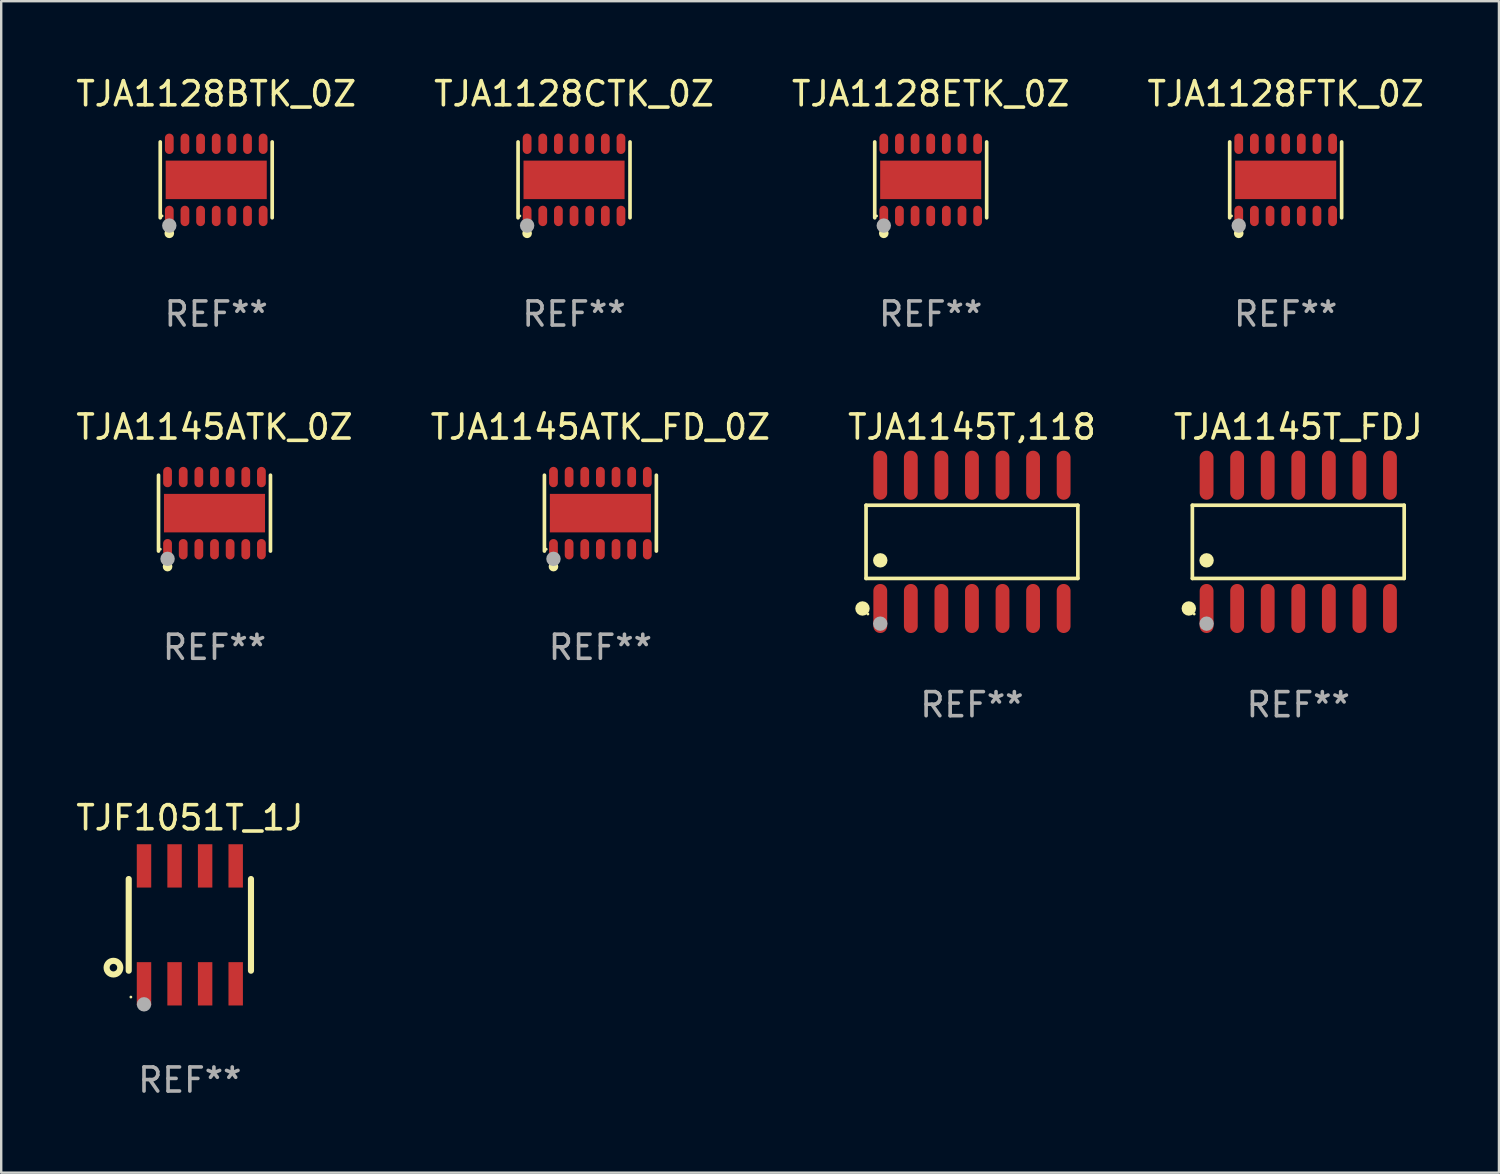
<source format=kicad_pcb>
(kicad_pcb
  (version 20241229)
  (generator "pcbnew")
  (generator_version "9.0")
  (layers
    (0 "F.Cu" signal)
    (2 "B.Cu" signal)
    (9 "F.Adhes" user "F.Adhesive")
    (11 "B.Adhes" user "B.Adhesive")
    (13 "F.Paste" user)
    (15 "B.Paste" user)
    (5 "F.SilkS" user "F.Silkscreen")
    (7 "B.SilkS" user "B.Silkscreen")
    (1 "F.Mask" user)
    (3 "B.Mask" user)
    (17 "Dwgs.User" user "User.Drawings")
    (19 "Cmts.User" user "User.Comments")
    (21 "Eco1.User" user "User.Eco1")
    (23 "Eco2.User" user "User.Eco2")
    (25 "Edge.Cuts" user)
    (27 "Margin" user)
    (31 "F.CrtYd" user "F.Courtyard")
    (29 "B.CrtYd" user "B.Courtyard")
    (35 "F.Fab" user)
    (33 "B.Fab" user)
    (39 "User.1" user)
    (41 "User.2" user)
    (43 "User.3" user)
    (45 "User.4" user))
  (footprint "TJA1145ATK_FD_0Z"
    (layer "F.Cu")
    (at 21.899 18.273)
    (property "Reference" "TJA1145ATK_FD_0Z" (at 0 -3.576 0) (layer "F.SilkS") (effects (font (size 1 1) (thickness 0.15))))
    (attr through_hole)
    (fp_line (start -2.326 1.576) (end -2.326 -1.576) (stroke (width 0.152) (type solid)) (layer "F.SilkS"))
    (fp_line (start 2.326 -1.576) (end 2.326 1.576) (stroke (width 0.152) (type solid)) (layer "F.SilkS"))
    (fp_circle (center -2.25 1.5) (end -2.22 1.5) (stroke (width 0.06) (type solid)) (fill no) (layer "F.SilkS"))
    (fp_circle (center -1.95 2.222) (end -1.85 2.222) (stroke (width 0.2) (type solid)) (fill no) (layer "F.SilkS"))
    (fp_circle (center -1.95 1.9) (end -1.8 1.9) (stroke (width 0.3) (type solid)) (fill no) (layer "F.Fab"))
    (fp_text user "REF**" (at 0 5.576 0) (layer "F.Fab") (effects (font (size 1 1) (thickness 0.15))))
    (pad "1" smd oval (at -1.95 1.499) (size 0.364 0.847) (layers "F.Cu" "F.Mask" "F.Paste"))
    (pad "2" smd oval (at -1.3 1.499) (size 0.364 0.847) (layers "F.Cu" "F.Mask" "F.Paste"))
    (pad "3" smd oval (at -0.65 1.499) (size 0.364 0.847) (layers "F.Cu" "F.Mask" "F.Paste"))
    (pad "4" smd oval (at 0 1.499) (size 0.364 0.847) (layers "F.Cu" "F.Mask" "F.Paste"))
    (pad "5" smd oval (at 0.65 1.499) (size 0.364 0.847) (layers "F.Cu" "F.Mask" "F.Paste"))
    (pad "6" smd oval (at 1.3 1.499) (size 0.364 0.847) (layers "F.Cu" "F.Mask" "F.Paste"))
    (pad "7" smd oval (at 1.95 1.499) (size 0.364 0.847) (layers "F.Cu" "F.Mask" "F.Paste"))
    (pad "8" smd oval (at 1.95 -1.499) (size 0.364 0.847) (layers "F.Cu" "F.Mask" "F.Paste"))
    (pad "9" smd oval (at 1.3 -1.499) (size 0.364 0.847) (layers "F.Cu" "F.Mask" "F.Paste"))
    (pad "10" smd oval (at 0.65 -1.499) (size 0.364 0.847) (layers "F.Cu" "F.Mask" "F.Paste"))
    (pad "11" smd oval (at 0 -1.499) (size 0.364 0.847) (layers "F.Cu" "F.Mask" "F.Paste"))
    (pad "12" smd oval (at -0.65 -1.499) (size 0.364 0.847) (layers "F.Cu" "F.Mask" "F.Paste"))
    (pad "13" smd oval (at -1.3 -1.499) (size 0.364 0.847) (layers "F.Cu" "F.Mask" "F.Paste"))
    (pad "14" smd oval (at -1.95 -1.499) (size 0.364 0.847) (layers "F.Cu" "F.Mask" "F.Paste"))
    (pad "15" smd rect (at 0 0) (size 4.2 1.6) (layers "F.Cu" "F.Mask" "F.Paste")))
  (footprint "TJA1128ETK_0Z"
    (layer "F.Cu")
    (at 35.625 4.424)
    (property "Reference" "TJA1128ETK_0Z" (at 0 -3.576 0) (layer "F.SilkS") (effects (font (size 1 1) (thickness 0.15))))
    (attr through_hole)
    (fp_line (start -2.326 1.576) (end -2.326 -1.576) (stroke (width 0.152) (type solid)) (layer "F.SilkS"))
    (fp_line (start 2.326 -1.576) (end 2.326 1.576) (stroke (width 0.152) (type solid)) (layer "F.SilkS"))
    (fp_circle (center -2.25 1.5) (end -2.22 1.5) (stroke (width 0.06) (type solid)) (fill no) (layer "F.SilkS"))
    (fp_circle (center -1.95 2.222) (end -1.85 2.222) (stroke (width 0.2) (type solid)) (fill no) (layer "F.SilkS"))
    (fp_circle (center -1.95 1.9) (end -1.8 1.9) (stroke (width 0.3) (type solid)) (fill no) (layer "F.Fab"))
    (fp_text user "REF**" (at 0 5.576 0) (layer "F.Fab") (effects (font (size 1 1) (thickness 0.15))))
    (pad "1" smd oval (at -1.95 1.499) (size 0.364 0.847) (layers "F.Cu" "F.Mask" "F.Paste"))
    (pad "2" smd oval (at -1.3 1.499) (size 0.364 0.847) (layers "F.Cu" "F.Mask" "F.Paste"))
    (pad "3" smd oval (at -0.65 1.499) (size 0.364 0.847) (layers "F.Cu" "F.Mask" "F.Paste"))
    (pad "4" smd oval (at 0 1.499) (size 0.364 0.847) (layers "F.Cu" "F.Mask" "F.Paste"))
    (pad "5" smd oval (at 0.65 1.499) (size 0.364 0.847) (layers "F.Cu" "F.Mask" "F.Paste"))
    (pad "6" smd oval (at 1.3 1.499) (size 0.364 0.847) (layers "F.Cu" "F.Mask" "F.Paste"))
    (pad "7" smd oval (at 1.95 1.499) (size 0.364 0.847) (layers "F.Cu" "F.Mask" "F.Paste"))
    (pad "8" smd oval (at 1.95 -1.499) (size 0.364 0.847) (layers "F.Cu" "F.Mask" "F.Paste"))
    (pad "9" smd oval (at 1.3 -1.499) (size 0.364 0.847) (layers "F.Cu" "F.Mask" "F.Paste"))
    (pad "10" smd oval (at 0.65 -1.499) (size 0.364 0.847) (layers "F.Cu" "F.Mask" "F.Paste"))
    (pad "11" smd oval (at 0 -1.499) (size 0.364 0.847) (layers "F.Cu" "F.Mask" "F.Paste"))
    (pad "12" smd oval (at -0.65 -1.499) (size 0.364 0.847) (layers "F.Cu" "F.Mask" "F.Paste"))
    (pad "13" smd oval (at -1.3 -1.499) (size 0.364 0.847) (layers "F.Cu" "F.Mask" "F.Paste"))
    (pad "14" smd oval (at -1.95 -1.499) (size 0.364 0.847) (layers "F.Cu" "F.Mask" "F.Paste"))
    (pad "15" smd rect (at 0 0) (size 4.2 1.6) (layers "F.Cu" "F.Mask" "F.Paste")))
  (footprint "TJA1145T_FDJ"
    (layer "F.Cu")
    (at 50.899 19.466)
    (property "Reference" "TJA1145T_FDJ" (at 0 -4.769 0) (layer "F.SilkS") (effects (font (size 1 1) (thickness 0.15))))
    (attr through_hole)
    (fp_line (start -4.401 -1.521) (end 4.401 -1.521) (stroke (width 0.152) (type solid)) (layer "F.SilkS"))
    (fp_line (start -4.401 1.521) (end -4.401 -1.521) (stroke (width 0.152) (type solid)) (layer "F.SilkS"))
    (fp_line (start 4.401 -1.521) (end 4.401 1.521) (stroke (width 0.152) (type solid)) (layer "F.SilkS"))
    (fp_line (start 4.401 1.521) (end -4.401 1.521) (stroke (width 0.152) (type solid)) (layer "F.SilkS"))
    (fp_circle (center -4.549 2.769) (end -4.399 2.769) (stroke (width 0.3) (type solid)) (fill no) (layer "F.SilkS"))
    (fp_circle (center -4.325 3) (end -4.295 3) (stroke (width 0.06) (type solid)) (fill no) (layer "F.SilkS"))
    (fp_circle (center -3.81 0.769) (end -3.66 0.769) (stroke (width 0.3) (type solid)) (fill no) (layer "F.SilkS"))
    (fp_circle (center -3.81 3.4) (end -3.66 3.4) (stroke (width 0.3) (type solid)) (fill no) (layer "F.Fab"))
    (fp_text user "REF**" (at 0 6.769 0) (layer "F.Fab") (effects (font (size 1 1) (thickness 0.15))))
    (pad "1" smd oval (at -3.81 2.769) (size 0.574 2.038) (layers "F.Cu" "F.Mask" "F.Paste"))
    (pad "2" smd oval (at -2.54 2.769) (size 0.574 2.038) (layers "F.Cu" "F.Mask" "F.Paste"))
    (pad "3" smd oval (at -1.27 2.769) (size 0.574 2.038) (layers "F.Cu" "F.Mask" "F.Paste"))
    (pad "4" smd oval (at 0 2.769) (size 0.574 2.038) (layers "F.Cu" "F.Mask" "F.Paste"))
    (pad "5" smd oval (at 1.27 2.769) (size 0.574 2.038) (layers "F.Cu" "F.Mask" "F.Paste"))
    (pad "6" smd oval (at 2.54 2.769) (size 0.574 2.038) (layers "F.Cu" "F.Mask" "F.Paste"))
    (pad "7" smd oval (at 3.81 2.769) (size 0.574 2.038) (layers "F.Cu" "F.Mask" "F.Paste"))
    (pad "8" smd oval (at 3.81 -2.769) (size 0.574 2.038) (layers "F.Cu" "F.Mask" "F.Paste"))
    (pad "9" smd oval (at 2.54 -2.769) (size 0.574 2.038) (layers "F.Cu" "F.Mask" "F.Paste"))
    (pad "10" smd oval (at 1.27 -2.769) (size 0.574 2.038) (layers "F.Cu" "F.Mask" "F.Paste"))
    (pad "11" smd oval (at 0 -2.769) (size 0.574 2.038) (layers "F.Cu" "F.Mask" "F.Paste"))
    (pad "12" smd oval (at -1.27 -2.769) (size 0.574 2.038) (layers "F.Cu" "F.Mask" "F.Paste"))
    (pad "13" smd oval (at -2.54 -2.769) (size 0.574 2.038) (layers "F.Cu" "F.Mask" "F.Paste"))
    (pad "14" smd oval (at -3.81 -2.769) (size 0.574 2.038) (layers "F.Cu" "F.Mask" "F.Paste")))
  (footprint "TJA1128FTK_0Z"
    (layer "F.Cu")
    (at 50.375 4.424)
    (property "Reference" "TJA1128FTK_0Z" (at 0 -3.576 0) (layer "F.SilkS") (effects (font (size 1 1) (thickness 0.15))))
    (attr through_hole)
    (fp_line (start -2.326 1.576) (end -2.326 -1.576) (stroke (width 0.152) (type solid)) (layer "F.SilkS"))
    (fp_line (start 2.326 -1.576) (end 2.326 1.576) (stroke (width 0.152) (type solid)) (layer "F.SilkS"))
    (fp_circle (center -2.25 1.5) (end -2.22 1.5) (stroke (width 0.06) (type solid)) (fill no) (layer "F.SilkS"))
    (fp_circle (center -1.95 2.222) (end -1.85 2.222) (stroke (width 0.2) (type solid)) (fill no) (layer "F.SilkS"))
    (fp_circle (center -1.95 1.9) (end -1.8 1.9) (stroke (width 0.3) (type solid)) (fill no) (layer "F.Fab"))
    (fp_text user "REF**" (at 0 5.576 0) (layer "F.Fab") (effects (font (size 1 1) (thickness 0.15))))
    (pad "1" smd oval (at -1.95 1.499) (size 0.364 0.847) (layers "F.Cu" "F.Mask" "F.Paste"))
    (pad "2" smd oval (at -1.3 1.499) (size 0.364 0.847) (layers "F.Cu" "F.Mask" "F.Paste"))
    (pad "3" smd oval (at -0.65 1.499) (size 0.364 0.847) (layers "F.Cu" "F.Mask" "F.Paste"))
    (pad "4" smd oval (at 0 1.499) (size 0.364 0.847) (layers "F.Cu" "F.Mask" "F.Paste"))
    (pad "5" smd oval (at 0.65 1.499) (size 0.364 0.847) (layers "F.Cu" "F.Mask" "F.Paste"))
    (pad "6" smd oval (at 1.3 1.499) (size 0.364 0.847) (layers "F.Cu" "F.Mask" "F.Paste"))
    (pad "7" smd oval (at 1.95 1.499) (size 0.364 0.847) (layers "F.Cu" "F.Mask" "F.Paste"))
    (pad "8" smd oval (at 1.95 -1.499) (size 0.364 0.847) (layers "F.Cu" "F.Mask" "F.Paste"))
    (pad "9" smd oval (at 1.3 -1.499) (size 0.364 0.847) (layers "F.Cu" "F.Mask" "F.Paste"))
    (pad "10" smd oval (at 0.65 -1.499) (size 0.364 0.847) (layers "F.Cu" "F.Mask" "F.Paste"))
    (pad "11" smd oval (at 0 -1.499) (size 0.364 0.847) (layers "F.Cu" "F.Mask" "F.Paste"))
    (pad "12" smd oval (at -0.65 -1.499) (size 0.364 0.847) (layers "F.Cu" "F.Mask" "F.Paste"))
    (pad "13" smd oval (at -1.3 -1.499) (size 0.364 0.847) (layers "F.Cu" "F.Mask" "F.Paste"))
    (pad "14" smd oval (at -1.95 -1.499) (size 0.364 0.847) (layers "F.Cu" "F.Mask" "F.Paste"))
    (pad "15" smd rect (at 0 0) (size 4.2 1.6) (layers "F.Cu" "F.Mask" "F.Paste")))
  (footprint "TJA1128BTK_0Z"
    (layer "F.Cu")
    (at 5.935 4.424)
    (property "Reference" "TJA1128BTK_0Z" (at 0 -3.576 0) (layer "F.SilkS") (effects (font (size 1 1) (thickness 0.15))))
    (attr through_hole)
    (fp_line (start -2.326 1.576) (end -2.326 -1.576) (stroke (width 0.152) (type solid)) (layer "F.SilkS"))
    (fp_line (start 2.326 -1.576) (end 2.326 1.576) (stroke (width 0.152) (type solid)) (layer "F.SilkS"))
    (fp_circle (center -2.25 1.5) (end -2.22 1.5) (stroke (width 0.06) (type solid)) (fill no) (layer "F.SilkS"))
    (fp_circle (center -1.95 2.222) (end -1.85 2.222) (stroke (width 0.2) (type solid)) (fill no) (layer "F.SilkS"))
    (fp_circle (center -1.95 1.9) (end -1.8 1.9) (stroke (width 0.3) (type solid)) (fill no) (layer "F.Fab"))
    (fp_text user "REF**" (at 0 5.576 0) (layer "F.Fab") (effects (font (size 1 1) (thickness 0.15))))
    (pad "1" smd oval (at -1.95 1.499) (size 0.364 0.847) (layers "F.Cu" "F.Mask" "F.Paste"))
    (pad "2" smd oval (at -1.3 1.499) (size 0.364 0.847) (layers "F.Cu" "F.Mask" "F.Paste"))
    (pad "3" smd oval (at -0.65 1.499) (size 0.364 0.847) (layers "F.Cu" "F.Mask" "F.Paste"))
    (pad "4" smd oval (at 0 1.499) (size 0.364 0.847) (layers "F.Cu" "F.Mask" "F.Paste"))
    (pad "5" smd oval (at 0.65 1.499) (size 0.364 0.847) (layers "F.Cu" "F.Mask" "F.Paste"))
    (pad "6" smd oval (at 1.3 1.499) (size 0.364 0.847) (layers "F.Cu" "F.Mask" "F.Paste"))
    (pad "7" smd oval (at 1.95 1.499) (size 0.364 0.847) (layers "F.Cu" "F.Mask" "F.Paste"))
    (pad "8" smd oval (at 1.95 -1.499) (size 0.364 0.847) (layers "F.Cu" "F.Mask" "F.Paste"))
    (pad "9" smd oval (at 1.3 -1.499) (size 0.364 0.847) (layers "F.Cu" "F.Mask" "F.Paste"))
    (pad "10" smd oval (at 0.65 -1.499) (size 0.364 0.847) (layers "F.Cu" "F.Mask" "F.Paste"))
    (pad "11" smd oval (at 0 -1.499) (size 0.364 0.847) (layers "F.Cu" "F.Mask" "F.Paste"))
    (pad "12" smd oval (at -0.65 -1.499) (size 0.364 0.847) (layers "F.Cu" "F.Mask" "F.Paste"))
    (pad "13" smd oval (at -1.3 -1.499) (size 0.364 0.847) (layers "F.Cu" "F.Mask" "F.Paste"))
    (pad "14" smd oval (at -1.95 -1.499) (size 0.364 0.847) (layers "F.Cu" "F.Mask" "F.Paste"))
    (pad "15" smd rect (at 0 0) (size 4.2 1.6) (layers "F.Cu" "F.Mask" "F.Paste")))
  (footprint "TJA1128CTK_0Z"
    (layer "F.Cu")
    (at 20.804 4.424)
    (property "Reference" "TJA1128CTK_0Z" (at 0 -3.576 0) (layer "F.SilkS") (effects (font (size 1 1) (thickness 0.15))))
    (attr through_hole)
    (fp_line (start -2.326 1.576) (end -2.326 -1.576) (stroke (width 0.152) (type solid)) (layer "F.SilkS"))
    (fp_line (start 2.326 -1.576) (end 2.326 1.576) (stroke (width 0.152) (type solid)) (layer "F.SilkS"))
    (fp_circle (center -2.25 1.5) (end -2.22 1.5) (stroke (width 0.06) (type solid)) (fill no) (layer "F.SilkS"))
    (fp_circle (center -1.95 2.222) (end -1.85 2.222) (stroke (width 0.2) (type solid)) (fill no) (layer "F.SilkS"))
    (fp_circle (center -1.95 1.9) (end -1.8 1.9) (stroke (width 0.3) (type solid)) (fill no) (layer "F.Fab"))
    (fp_text user "REF**" (at 0 5.576 0) (layer "F.Fab") (effects (font (size 1 1) (thickness 0.15))))
    (pad "1" smd oval (at -1.95 1.499) (size 0.364 0.847) (layers "F.Cu" "F.Mask" "F.Paste"))
    (pad "2" smd oval (at -1.3 1.499) (size 0.364 0.847) (layers "F.Cu" "F.Mask" "F.Paste"))
    (pad "3" smd oval (at -0.65 1.499) (size 0.364 0.847) (layers "F.Cu" "F.Mask" "F.Paste"))
    (pad "4" smd oval (at 0 1.499) (size 0.364 0.847) (layers "F.Cu" "F.Mask" "F.Paste"))
    (pad "5" smd oval (at 0.65 1.499) (size 0.364 0.847) (layers "F.Cu" "F.Mask" "F.Paste"))
    (pad "6" smd oval (at 1.3 1.499) (size 0.364 0.847) (layers "F.Cu" "F.Mask" "F.Paste"))
    (pad "7" smd oval (at 1.95 1.499) (size 0.364 0.847) (layers "F.Cu" "F.Mask" "F.Paste"))
    (pad "8" smd oval (at 1.95 -1.499) (size 0.364 0.847) (layers "F.Cu" "F.Mask" "F.Paste"))
    (pad "9" smd oval (at 1.3 -1.499) (size 0.364 0.847) (layers "F.Cu" "F.Mask" "F.Paste"))
    (pad "10" smd oval (at 0.65 -1.499) (size 0.364 0.847) (layers "F.Cu" "F.Mask" "F.Paste"))
    (pad "11" smd oval (at 0 -1.499) (size 0.364 0.847) (layers "F.Cu" "F.Mask" "F.Paste"))
    (pad "12" smd oval (at -0.65 -1.499) (size 0.364 0.847) (layers "F.Cu" "F.Mask" "F.Paste"))
    (pad "13" smd oval (at -1.3 -1.499) (size 0.364 0.847) (layers "F.Cu" "F.Mask" "F.Paste"))
    (pad "14" smd oval (at -1.95 -1.499) (size 0.364 0.847) (layers "F.Cu" "F.Mask" "F.Paste"))
    (pad "15" smd rect (at 0 0) (size 4.2 1.6) (layers "F.Cu" "F.Mask" "F.Paste")))
  (footprint "TJA1145ATK_0Z"
    (layer "F.Cu")
    (at 5.863 18.273)
    (property "Reference" "TJA1145ATK_0Z" (at 0 -3.576 0) (layer "F.SilkS") (effects (font (size 1 1) (thickness 0.15))))
    (attr through_hole)
    (fp_line (start -2.326 1.576) (end -2.326 -1.576) (stroke (width 0.152) (type solid)) (layer "F.SilkS"))
    (fp_line (start 2.326 -1.576) (end 2.326 1.576) (stroke (width 0.152) (type solid)) (layer "F.SilkS"))
    (fp_circle (center -2.25 1.5) (end -2.22 1.5) (stroke (width 0.06) (type solid)) (fill no) (layer "F.SilkS"))
    (fp_circle (center -1.95 2.222) (end -1.85 2.222) (stroke (width 0.2) (type solid)) (fill no) (layer "F.SilkS"))
    (fp_circle (center -1.95 1.9) (end -1.8 1.9) (stroke (width 0.3) (type solid)) (fill no) (layer "F.Fab"))
    (fp_text user "REF**" (at 0 5.576 0) (layer "F.Fab") (effects (font (size 1 1) (thickness 0.15))))
    (pad "1" smd oval (at -1.95 1.499) (size 0.364 0.847) (layers "F.Cu" "F.Mask" "F.Paste"))
    (pad "2" smd oval (at -1.3 1.499) (size 0.364 0.847) (layers "F.Cu" "F.Mask" "F.Paste"))
    (pad "3" smd oval (at -0.65 1.499) (size 0.364 0.847) (layers "F.Cu" "F.Mask" "F.Paste"))
    (pad "4" smd oval (at 0 1.499) (size 0.364 0.847) (layers "F.Cu" "F.Mask" "F.Paste"))
    (pad "5" smd oval (at 0.65 1.499) (size 0.364 0.847) (layers "F.Cu" "F.Mask" "F.Paste"))
    (pad "6" smd oval (at 1.3 1.499) (size 0.364 0.847) (layers "F.Cu" "F.Mask" "F.Paste"))
    (pad "7" smd oval (at 1.95 1.499) (size 0.364 0.847) (layers "F.Cu" "F.Mask" "F.Paste"))
    (pad "8" smd oval (at 1.95 -1.499) (size 0.364 0.847) (layers "F.Cu" "F.Mask" "F.Paste"))
    (pad "9" smd oval (at 1.3 -1.499) (size 0.364 0.847) (layers "F.Cu" "F.Mask" "F.Paste"))
    (pad "10" smd oval (at 0.65 -1.499) (size 0.364 0.847) (layers "F.Cu" "F.Mask" "F.Paste"))
    (pad "11" smd oval (at 0 -1.499) (size 0.364 0.847) (layers "F.Cu" "F.Mask" "F.Paste"))
    (pad "12" smd oval (at -0.65 -1.499) (size 0.364 0.847) (layers "F.Cu" "F.Mask" "F.Paste"))
    (pad "13" smd oval (at -1.3 -1.499) (size 0.364 0.847) (layers "F.Cu" "F.Mask" "F.Paste"))
    (pad "14" smd oval (at -1.95 -1.499) (size 0.364 0.847) (layers "F.Cu" "F.Mask" "F.Paste"))
    (pad "15" smd rect (at 0 0) (size 4.2 1.6) (layers "F.Cu" "F.Mask" "F.Paste")))
  (footprint "TJA1145T,118"
    (layer "F.Cu")
    (at 37.339 19.466)
    (property "Reference" "TJA1145T,118" (at 0 -4.769 0) (layer "F.SilkS") (effects (font (size 1 1) (thickness 0.15))))
    (attr through_hole)
    (fp_line (start -4.401 -1.521) (end 4.401 -1.521) (stroke (width 0.152) (type solid)) (layer "F.SilkS"))
    (fp_line (start -4.401 1.521) (end -4.401 -1.521) (stroke (width 0.152) (type solid)) (layer "F.SilkS"))
    (fp_line (start 4.401 -1.521) (end 4.401 1.521) (stroke (width 0.152) (type solid)) (layer "F.SilkS"))
    (fp_line (start 4.401 1.521) (end -4.401 1.521) (stroke (width 0.152) (type solid)) (layer "F.SilkS"))
    (fp_circle (center -4.549 2.769) (end -4.399 2.769) (stroke (width 0.3) (type solid)) (fill no) (layer "F.SilkS"))
    (fp_circle (center -4.325 3) (end -4.295 3) (stroke (width 0.06) (type solid)) (fill no) (layer "F.SilkS"))
    (fp_circle (center -3.81 0.769) (end -3.66 0.769) (stroke (width 0.3) (type solid)) (fill no) (layer "F.SilkS"))
    (fp_circle (center -3.81 3.4) (end -3.66 3.4) (stroke (width 0.3) (type solid)) (fill no) (layer "F.Fab"))
    (fp_text user "REF**" (at 0 6.769 0) (layer "F.Fab") (effects (font (size 1 1) (thickness 0.15))))
    (pad "1" smd oval (at -3.81 2.769) (size 0.574 2.038) (layers "F.Cu" "F.Mask" "F.Paste"))
    (pad "2" smd oval (at -2.54 2.769) (size 0.574 2.038) (layers "F.Cu" "F.Mask" "F.Paste"))
    (pad "3" smd oval (at -1.27 2.769) (size 0.574 2.038) (layers "F.Cu" "F.Mask" "F.Paste"))
    (pad "4" smd oval (at 0 2.769) (size 0.574 2.038) (layers "F.Cu" "F.Mask" "F.Paste"))
    (pad "5" smd oval (at 1.27 2.769) (size 0.574 2.038) (layers "F.Cu" "F.Mask" "F.Paste"))
    (pad "6" smd oval (at 2.54 2.769) (size 0.574 2.038) (layers "F.Cu" "F.Mask" "F.Paste"))
    (pad "7" smd oval (at 3.81 2.769) (size 0.574 2.038) (layers "F.Cu" "F.Mask" "F.Paste"))
    (pad "8" smd oval (at 3.81 -2.769) (size 0.574 2.038) (layers "F.Cu" "F.Mask" "F.Paste"))
    (pad "9" smd oval (at 2.54 -2.769) (size 0.574 2.038) (layers "F.Cu" "F.Mask" "F.Paste"))
    (pad "10" smd oval (at 1.27 -2.769) (size 0.574 2.038) (layers "F.Cu" "F.Mask" "F.Paste"))
    (pad "11" smd oval (at 0 -2.769) (size 0.574 2.038) (layers "F.Cu" "F.Mask" "F.Paste"))
    (pad "12" smd oval (at -1.27 -2.769) (size 0.574 2.038) (layers "F.Cu" "F.Mask" "F.Paste"))
    (pad "13" smd oval (at -2.54 -2.769) (size 0.574 2.038) (layers "F.Cu" "F.Mask" "F.Paste"))
    (pad "14" smd oval (at -3.81 -2.769) (size 0.574 2.038) (layers "F.Cu" "F.Mask" "F.Paste")))
  (footprint "TJF1051T_1J"
    (layer "F.Cu")
    (at 4.839 35.382)
    (property "Reference" "TJF1051T_1J" (at 0 -4.45 0) (layer "F.SilkS") (effects (font (size 1 1) (thickness 0.15))))
    (attr through_hole)
    (fp_line (start -2.54 -1.905) (end -2.54 1.905) (stroke (width 0.254) (type solid)) (layer "F.SilkS"))
    (fp_line (start 2.54 -1.905) (end 2.54 1.905) (stroke (width 0.254) (type solid)) (layer "F.SilkS"))
    (fp_circle (center -3.175 1.778) (end -2.891 1.778) (stroke (width 0.254) (type solid)) (fill no) (layer "F.SilkS"))
    (fp_circle (center -2.45 3) (end -2.42 3) (stroke (width 0.06) (type solid)) (fill no) (layer "F.SilkS"))
    (fp_circle (center -1.905 3.302) (end -1.755 3.302) (stroke (width 0.3) (type solid)) (fill no) (layer "F.Fab"))
    (fp_text user "REF**" (at 0 6.45 0) (layer "F.Fab") (effects (font (size 1 1) (thickness 0.15))))
    (pad "1" smd rect (at -1.905 2.45) (size 0.6 1.8) (layers "F.Cu" "F.Mask" "F.Paste"))
    (pad "2" smd rect (at -0.635 2.45) (size 0.6 1.8) (layers "F.Cu" "F.Mask" "F.Paste"))
    (pad "3" smd rect (at 0.635 2.45) (size 0.6 1.8) (layers "F.Cu" "F.Mask" "F.Paste"))
    (pad "4" smd rect (at 1.905 2.45) (size 0.6 1.8) (layers "F.Cu" "F.Mask" "F.Paste"))
    (pad "5" smd rect (at 1.905 -2.45 180) (size 0.6 1.8) (layers "F.Cu" "F.Mask" "F.Paste"))
    (pad "6" smd rect (at 0.635 -2.45 180) (size 0.6 1.8) (layers "F.Cu" "F.Mask" "F.Paste"))
    (pad "7" smd rect (at -0.635 -2.45 180) (size 0.6 1.8) (layers "F.Cu" "F.Mask" "F.Paste"))
    (pad "8" smd rect (at -1.905 -2.45 180) (size 0.6 1.8) (layers "F.Cu" "F.Mask" "F.Paste")))
  (gr_rect
    (start -3 -3)
    (end 59.238 45.68)
    (stroke (width 0.1) (type default))
    (fill no)
    (layer "Edge.Cuts")))
</source>
